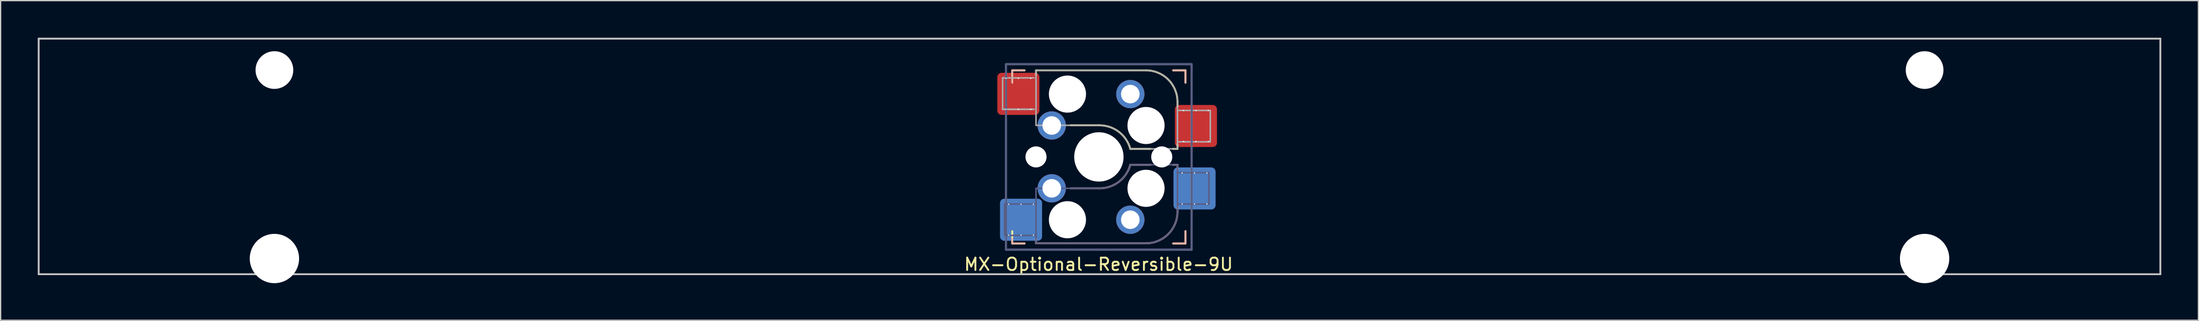
<source format=kicad_pcb>
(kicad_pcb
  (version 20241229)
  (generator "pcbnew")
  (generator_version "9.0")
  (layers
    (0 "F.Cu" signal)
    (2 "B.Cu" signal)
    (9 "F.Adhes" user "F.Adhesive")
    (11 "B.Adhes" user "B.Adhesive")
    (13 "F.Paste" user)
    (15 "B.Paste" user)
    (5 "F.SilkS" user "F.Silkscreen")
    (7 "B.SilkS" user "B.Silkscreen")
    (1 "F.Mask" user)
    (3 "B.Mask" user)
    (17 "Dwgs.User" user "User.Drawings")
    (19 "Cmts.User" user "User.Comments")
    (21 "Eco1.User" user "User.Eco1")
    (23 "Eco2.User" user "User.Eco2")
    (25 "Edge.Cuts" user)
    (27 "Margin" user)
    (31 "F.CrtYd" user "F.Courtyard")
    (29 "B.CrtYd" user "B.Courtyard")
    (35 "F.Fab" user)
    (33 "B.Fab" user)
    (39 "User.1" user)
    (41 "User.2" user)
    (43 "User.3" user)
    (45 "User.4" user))
  (footprint "MX-Optional-Reversible-9U"
    (layer "F.Cu")
    (at 85.8 9.6)
    (property "Reference" "MX-Optional-Reversible-9U" (at -0.077 8.726 180) (layer "F.SilkS") (effects (font (size 1 1) (thickness 0.15))))
    (attr smd)
    (fp_rect (start -8.258 -6.062) (end -4.858 -4.062) (stroke (width 0.1) (type solid)) (fill yes) (layer "F.Mask"))
    (fp_rect (start 6.092 -3.462) (end 9.492 -1.462) (stroke (width 0.1) (type solid)) (fill yes) (layer "F.Mask"))
    (fp_rect (start -8.041 4.118) (end -4.641 6.118) (stroke (width 0.1) (type solid)) (fill yes) (layer "B.Mask"))
    (fp_rect (start 5.979 1.588) (end 9.379 3.588) (stroke (width 0.1) (type solid)) (fill yes) (layer "B.Mask"))
    (fp_line (start -7.051 -6.962) (end -6.051 -6.962) (stroke (width 0.15) (type solid)) (layer "F.SilkS"))
    (fp_line (start -7.051 -6.566) (end -7.051 -6.962) (stroke (width 0.15) (type solid)) (layer "F.SilkS"))
    (fp_line (start -7.051 7.038) (end -7.051 6.038) (stroke (width 0.15) (type solid)) (layer "F.SilkS"))
    (fp_line (start -6.051 7.038) (end -7.051 7.038) (stroke (width 0.15) (type solid)) (layer "F.SilkS"))
    (fp_line (start -5.131 -6.581) (end -5.131 -6.962) (stroke (width 0.15) (type solid)) (layer "F.SilkS"))
    (fp_line (start -2.337 -2.517) (end -0.051 -2.517) (stroke (width 0.15) (type solid)) (layer "F.SilkS"))
    (fp_line (start 2.489 -0.612) (end 4.14 -0.612) (stroke (width 0.15) (type solid)) (layer "F.SilkS"))
    (fp_line (start 3.759 -6.962) (end -5.131 -6.962) (stroke (width 0.15) (type solid)) (layer "F.SilkS"))
    (fp_line (start 5.918 -0.612) (end 6.299 -0.612) (stroke (width 0.15) (type solid)) (layer "F.SilkS"))
    (fp_line (start 5.949 -6.962) (end 6.949 -6.962) (stroke (width 0.15) (type solid)) (layer "F.SilkS"))
    (fp_line (start 6.299 -4.041) (end 6.299 -4.422) (stroke (width 0.15) (type solid)) (layer "F.SilkS"))
    (fp_line (start 6.299 -0.612) (end 6.299 -0.993) (stroke (width 0.15) (type solid)) (layer "F.SilkS"))
    (fp_line (start 6.949 -6.962) (end 6.949 -5.962) (stroke (width 0.15) (type solid)) (layer "F.SilkS"))
    (fp_line (start 6.949 6.038) (end 6.949 7.038) (stroke (width 0.15) (type solid)) (layer "F.SilkS"))
    (fp_line (start 6.949 7.038) (end 5.949 7.038) (stroke (width 0.15) (type solid)) (layer "F.SilkS"))
    (fp_arc (start -0.05085 -2.51696) (mid 1.54712 -2.001754) (end 2.48915 -0.61196) (stroke (width 0.15) (type solid)) (layer "F.SilkS"))
    (fp_arc (start 3.75915 -6.96196) (mid 5.555201 -6.218011) (end 6.29915 -4.42196) (stroke (width 0.15) (type solid)) (layer "F.SilkS"))
    (fp_line (start -7.051 -6.962) (end -6.051 -6.962) (stroke (width 0.15) (type solid)) (layer "B.SilkS"))
    (fp_line (start -7.051 -5.962) (end -7.051 -6.962) (stroke (width 0.15) (type solid)) (layer "B.SilkS"))
    (fp_line (start -7.051 7.038) (end -7.051 6.642) (stroke (width 0.15) (type solid)) (layer "B.SilkS"))
    (fp_line (start -6.051 7.038) (end -7.051 7.038) (stroke (width 0.15) (type solid)) (layer "B.SilkS"))
    (fp_line (start -5.131 7.023) (end -5.131 6.642) (stroke (width 0.15) (type solid)) (layer "B.SilkS"))
    (fp_line (start -5.131 7.023) (end 3.759 7.023) (stroke (width 0.15) (type solid)) (layer "B.SilkS"))
    (fp_line (start -0.051 2.578) (end -2.337 2.578) (stroke (width 0.15) (type solid)) (layer "B.SilkS"))
    (fp_line (start 4.14 0.673) (end 2.489 0.673) (stroke (width 0.15) (type solid)) (layer "B.SilkS"))
    (fp_line (start 5.949 -6.962) (end 6.949 -6.962) (stroke (width 0.15) (type solid)) (layer "B.SilkS"))
    (fp_line (start 6.299 0.673) (end 5.918 0.673) (stroke (width 0.15) (type solid)) (layer "B.SilkS"))
    (fp_line (start 6.299 1.054) (end 6.299 0.673) (stroke (width 0.15) (type solid)) (layer "B.SilkS"))
    (fp_line (start 6.299 4.483) (end 6.299 4.102) (stroke (width 0.15) (type solid)) (layer "B.SilkS"))
    (fp_line (start 6.949 -6.962) (end 6.949 -5.962) (stroke (width 0.15) (type solid)) (layer "B.SilkS"))
    (fp_line (start 6.949 6.038) (end 6.949 7.038) (stroke (width 0.15) (type solid)) (layer "B.SilkS"))
    (fp_line (start 6.949 7.038) (end 5.949 7.038) (stroke (width 0.15) (type solid)) (layer "B.SilkS"))
    (fp_arc (start 2.48915 0.67304) (mid 1.547119 2.062831) (end -0.05085 2.57804) (stroke (width 0.15) (type solid)) (layer "B.SilkS"))
    (fp_arc (start 6.29915 4.48304) (mid 5.555201 6.279091) (end 3.75915 7.02304) (stroke (width 0.15) (type solid)) (layer "B.SilkS"))
    (fp_line (start -85.725 9.525) (end -85.725 -9.525) (stroke (width 0.15) (type solid)) (layer "Dwgs.User"))
    (fp_line (start 85.725 -9.525) (end -85.725 -9.525) (stroke (width 0.15) (type solid)) (layer "Dwgs.User"))
    (fp_line (start 85.725 9.525) (end -85.725 9.525) (stroke (width 0.15) (type solid)) (layer "Dwgs.User"))
    (fp_line (start 85.725 9.525) (end 85.725 -9.525) (stroke (width 0.15) (type solid)) (layer "Dwgs.User"))
    (fp_line (start -6.951 6.938) (end -6.951 -6.862) (stroke (width 0.15) (type solid)) (layer "Eco2.User"))
    (fp_line (start -6.951 6.938) (end 6.849 6.938) (stroke (width 0.15) (type solid)) (layer "Eco2.User"))
    (fp_line (start 6.849 -6.862) (end -6.951 -6.862) (stroke (width 0.15) (type solid)) (layer "Eco2.User"))
    (fp_line (start 6.849 -6.862) (end 6.849 6.938) (stroke (width 0.15) (type solid)) (layer "Eco2.User"))
    (fp_line (start -7.671 3.848) (end -7.671 6.388) (stroke (width 0.12) (type solid)) (layer "B.Fab"))
    (fp_line (start -7.671 6.388) (end -5.131 6.388) (stroke (width 0.12) (type solid)) (layer "B.Fab"))
    (fp_line (start -7.551 -7.462) (end 7.449 -7.462) (stroke (width 0.15) (type solid)) (layer "B.Fab"))
    (fp_line (start -7.551 7.538) (end -7.551 -7.462) (stroke (width 0.15) (type solid)) (layer "B.Fab"))
    (fp_line (start -5.131 2.578) (end -5.131 7.023) (stroke (width 0.12) (type solid)) (layer "B.Fab"))
    (fp_line (start -5.131 3.848) (end -7.671 3.848) (stroke (width 0.12) (type solid)) (layer "B.Fab"))
    (fp_line (start -5.131 7.023) (end 3.759 7.023) (stroke (width 0.12) (type solid)) (layer "B.Fab"))
    (fp_line (start -0.051 2.578) (end -5.131 2.578) (stroke (width 0.12) (type solid)) (layer "B.Fab"))
    (fp_line (start 6.299 0.673) (end 2.489 0.673) (stroke (width 0.12) (type solid)) (layer "B.Fab"))
    (fp_line (start 6.299 3.848) (end 8.839 3.848) (stroke (width 0.12) (type solid)) (layer "B.Fab"))
    (fp_line (start 6.299 4.483) (end 6.299 0.673) (stroke (width 0.12) (type solid)) (layer "B.Fab"))
    (fp_line (start 7.449 -7.462) (end 7.449 7.538) (stroke (width 0.15) (type solid)) (layer "B.Fab"))
    (fp_line (start 7.449 7.538) (end -7.551 7.538) (stroke (width 0.15) (type solid)) (layer "B.Fab"))
    (fp_line (start 8.839 1.308) (end 6.299 1.308) (stroke (width 0.12) (type solid)) (layer "B.Fab"))
    (fp_line (start 8.839 3.848) (end 8.839 1.308) (stroke (width 0.12) (type solid)) (layer "B.Fab"))
    (fp_arc (start 2.48915 0.67304) (mid 1.547119 2.062831) (end -0.05085 2.57804) (stroke (width 0.12) (type solid)) (layer "B.Fab"))
    (fp_arc (start 6.29915 4.48304) (mid 5.555201 6.279091) (end 3.75915 7.02304) (stroke (width 0.12) (type solid)) (layer "B.Fab"))
    (fp_line (start -7.828 -6.352) (end -7.828 -3.812) (stroke (width 0.12) (type solid)) (layer "F.Fab"))
    (fp_line (start -7.828 -3.812) (end -5.288 -3.812) (stroke (width 0.12) (type solid)) (layer "F.Fab"))
    (fp_line (start -7.828 -3.812) (end -5.288 -3.812) (stroke (width 0.12) (type solid)) (layer "F.Fab"))
    (fp_line (start -7.551 -7.462) (end 7.449 -7.462) (stroke (width 0.15) (type solid)) (layer "F.Fab"))
    (fp_line (start -7.551 7.538) (end -7.551 -7.462) (stroke (width 0.15) (type solid)) (layer "F.Fab"))
    (fp_line (start -5.288 -6.352) (end -7.828 -6.352) (stroke (width 0.12) (type solid)) (layer "F.Fab"))
    (fp_line (start -5.131 -6.962) (end -5.131 -2.517) (stroke (width 0.12) (type solid)) (layer "F.Fab"))
    (fp_line (start -5.131 -2.517) (end -0.051 -2.517) (stroke (width 0.12) (type solid)) (layer "F.Fab"))
    (fp_line (start 2.489 -0.612) (end 6.299 -0.612) (stroke (width 0.12) (type solid)) (layer "F.Fab"))
    (fp_line (start 3.759 -6.962) (end -5.131 -6.962) (stroke (width 0.12) (type solid)) (layer "F.Fab"))
    (fp_line (start 6.299 -0.612) (end 6.299 -4.422) (stroke (width 0.12) (type solid)) (layer "F.Fab"))
    (fp_line (start 6.412 -1.182) (end 8.952 -1.182) (stroke (width 0.12) (type solid)) (layer "F.Fab"))
    (fp_line (start 7.449 -7.462) (end 7.449 7.538) (stroke (width 0.15) (type solid)) (layer "F.Fab"))
    (fp_line (start 7.449 7.538) (end -7.551 7.538) (stroke (width 0.15) (type solid)) (layer "F.Fab"))
    (fp_line (start 8.952 -3.722) (end 6.412 -3.722) (stroke (width 0.12) (type solid)) (layer "F.Fab"))
    (fp_line (start 8.952 -1.182) (end 8.952 -3.722) (stroke (width 0.12) (type solid)) (layer "F.Fab"))
    (fp_arc (start -0.05085 -2.51696) (mid 1.547122 -2.001755) (end 2.48915 -0.61196) (stroke (width 0.12) (type solid)) (layer "F.Fab"))
    (fp_arc (start 3.75915 -6.96196) (mid 5.555201 -6.218011) (end 6.29915 -4.42196) (stroke (width 0.12) (type solid)) (layer "F.Fab"))
    (pad "" np_thru_hole circle (at -66.675 -6.985) (size 3.048 3.048) (drill 3.048) (layers "*.Cu" "*.Mask"))
    (pad "" np_thru_hole circle (at -66.675 8.255) (size 3.988 3.988) (drill 3.988) (layers "*.Cu" "*.Mask"))
    (pad "" np_thru_hole circle (at -5.131 0.038) (size 1.702 1.702) (drill 1.702) (layers "*.Cu" "*.Mask"))
    (pad "" np_thru_hole circle (at -2.591 -5.042) (size 3 3) (drill 3) (layers "*.Cu" "*.Mask"))
    (pad "" np_thru_hole circle (at -2.591 5.118) (size 3 3) (drill 3) (layers "*.Cu" "*.Mask"))
    (pad "" np_thru_hole circle (at -0.051 0.038) (size 3.988 3.988) (drill 3.988) (layers "*.Cu" "*.Mask"))
    (pad "" np_thru_hole circle (at 3.759 -2.502) (size 3 3) (drill 3) (layers "*.Cu" "*.Mask"))
    (pad "" np_thru_hole circle (at 3.759 2.578) (size 3 3) (drill 3) (layers "*.Cu" "*.Mask"))
    (pad "" np_thru_hole circle (at 5.029 0.038) (size 1.702 1.702) (drill 1.702) (layers "*.Cu" "*.Mask"))
    (pad "" np_thru_hole circle (at 66.675 -6.985) (size 3.048 3.048) (drill 3.048) (layers "*.Cu" "*.Mask"))
    (pad "" np_thru_hole circle (at 66.675 8.255) (size 3.988 3.988) (drill 3.988) (layers "*.Cu" "*.Mask"))
    (pad "1" thru_hole circle (at -7.558 -6.312 270) (size 0.1 0.1) (drill 0.3) (layers "*.Cu" "*.Mask"))
    (pad "1" thru_hole circle (at -7.558 -3.812 270) (size 0.1 0.1) (drill 0.3) (layers "*.Cu" "*.Mask"))
    (pad "1" thru_hole circle (at -7.341 3.868 270) (size 0.1 0.1) (drill 0.3) (layers "*.Cu" "*.Mask"))
    (pad "1" thru_hole circle (at -7.341 6.368 270) (size 0.1 0.1) (drill 0.3) (layers "*.Cu" "*.Mask"))
    (pad "1" thru_hole circle (at -6.558 -6.312 270) (size 0.1 0.1) (drill 0.3) (layers "*.Cu"))
    (pad "1" smd roundrect (at -6.558 -5.062 180) (size 3.4 3.4) (property pad_prop_bga) (layers "F.Cu" "F.Paste") (roundrect_rratio 0.1))
    (pad "1" thru_hole circle (at -6.558 -3.812 270) (size 0.1 0.1) (drill 0.3) (layers "*.Cu" "*.Mask"))
    (pad "1" thru_hole circle (at -6.341 3.868 270) (size 0.1 0.1) (drill 0.3) (layers "*.Cu"))
    (pad "1" smd roundrect (at -6.341 5.118) (size 3.4 3.4) (property pad_prop_bga) (layers "B.Cu" "B.Paste") (roundrect_rratio 0.1))
    (pad "1" thru_hole circle (at -6.341 6.368 270) (size 0.1 0.1) (drill 0.3) (layers "*.Cu" "*.Mask"))
    (pad "1" thru_hole circle (at -5.558 -6.312 270) (size 0.1 0.1) (drill 0.3) (layers "*.Cu"))
    (pad "1" thru_hole circle (at -5.558 -3.812 270) (size 0.1 0.1) (drill 0.3) (layers "*.Cu" "*.Mask"))
    (pad "1" thru_hole circle (at -5.341 3.868 270) (size 0.1 0.1) (drill 0.3) (layers "*.Cu"))
    (pad "1" thru_hole circle (at -5.341 6.368 270) (size 0.1 0.1) (drill 0.3) (layers "*.Cu" "*.Mask"))
    (pad "1" thru_hole circle (at -3.861 -2.502) (size 2.286 2.286) (drill 1.499) (layers "*.Cu" "*.Mask"))
    (pad "1" thru_hole circle (at -3.861 2.578) (size 2.286 2.286) (drill 1.499) (layers "*.Cu" "*.Mask"))
    (pad "2" thru_hole circle (at 2.489 -5.042) (size 2.286 2.286) (drill 1.499) (layers "*.Cu" "*.Mask"))
    (pad "2" thru_hole circle (at 2.489 5.118) (size 2.286 2.286) (drill 1.499) (layers "*.Cu" "*.Mask"))
    (pad "2" thru_hole circle (at 6.679 1.338 270) (size 0.1 0.1) (drill 0.3) (layers "*.Cu" "*.Mask"))
    (pad "2" thru_hole circle (at 6.679 3.838 270) (size 0.1 0.1) (drill 0.3) (layers "*.Cu" "*.Mask"))
    (pad "2" thru_hole circle (at 6.792 -3.712 270) (size 0.1 0.1) (drill 0.3) (layers "*.Cu" "*.Mask"))
    (pad "2" thru_hole circle (at 6.792 -1.212 270) (size 0.1 0.1) (drill 0.3) (layers "*.Cu" "*.Mask"))
    (pad "2" thru_hole circle (at 7.679 1.338 270) (size 0.1 0.1) (drill 0.3) (layers "*.Cu" "*.Mask"))
    (pad "2" smd roundrect (at 7.679 2.588) (size 3.4 3.4) (property pad_prop_bga) (layers "B.Cu" "B.Paste") (roundrect_rratio 0.1))
    (pad "2" thru_hole circle (at 7.679 3.838 270) (size 0.1 0.1) (drill 0.3) (layers "*.Cu"))
    (pad "2" thru_hole circle (at 7.792 -3.712 270) (size 0.1 0.1) (drill 0.3) (layers "*.Cu"))
    (pad "2" smd roundrect (at 7.792 -2.462 180) (size 3.4 3.4) (property pad_prop_bga) (layers "F.Cu" "F.Paste") (roundrect_rratio 0.1))
    (pad "2" thru_hole circle (at 7.792 -1.212 270) (size 0.1 0.1) (drill 0.3) (layers "*.Cu" "*.Mask"))
    (pad "2" thru_hole circle (at 8.679 1.338 270) (size 0.1 0.1) (drill 0.3) (layers "*.Cu" "*.Mask"))
    (pad "2" thru_hole circle (at 8.679 3.838 270) (size 0.1 0.1) (drill 0.3) (layers "*.Cu"))
    (pad "2" thru_hole circle (at 8.792 -3.712 270) (size 0.1 0.1) (drill 0.3) (layers "*.Cu"))
    (pad "2" thru_hole circle (at 8.792 -1.212 270) (size 0.1 0.1) (drill 0.3) (layers "*.Cu" "*.Mask")))
  (gr_rect
    (start -3 -3)
    (end 174.6 22.849)
    (stroke (width 0.1) (type default))
    (fill no)
    (layer "Edge.Cuts")))
</source>
